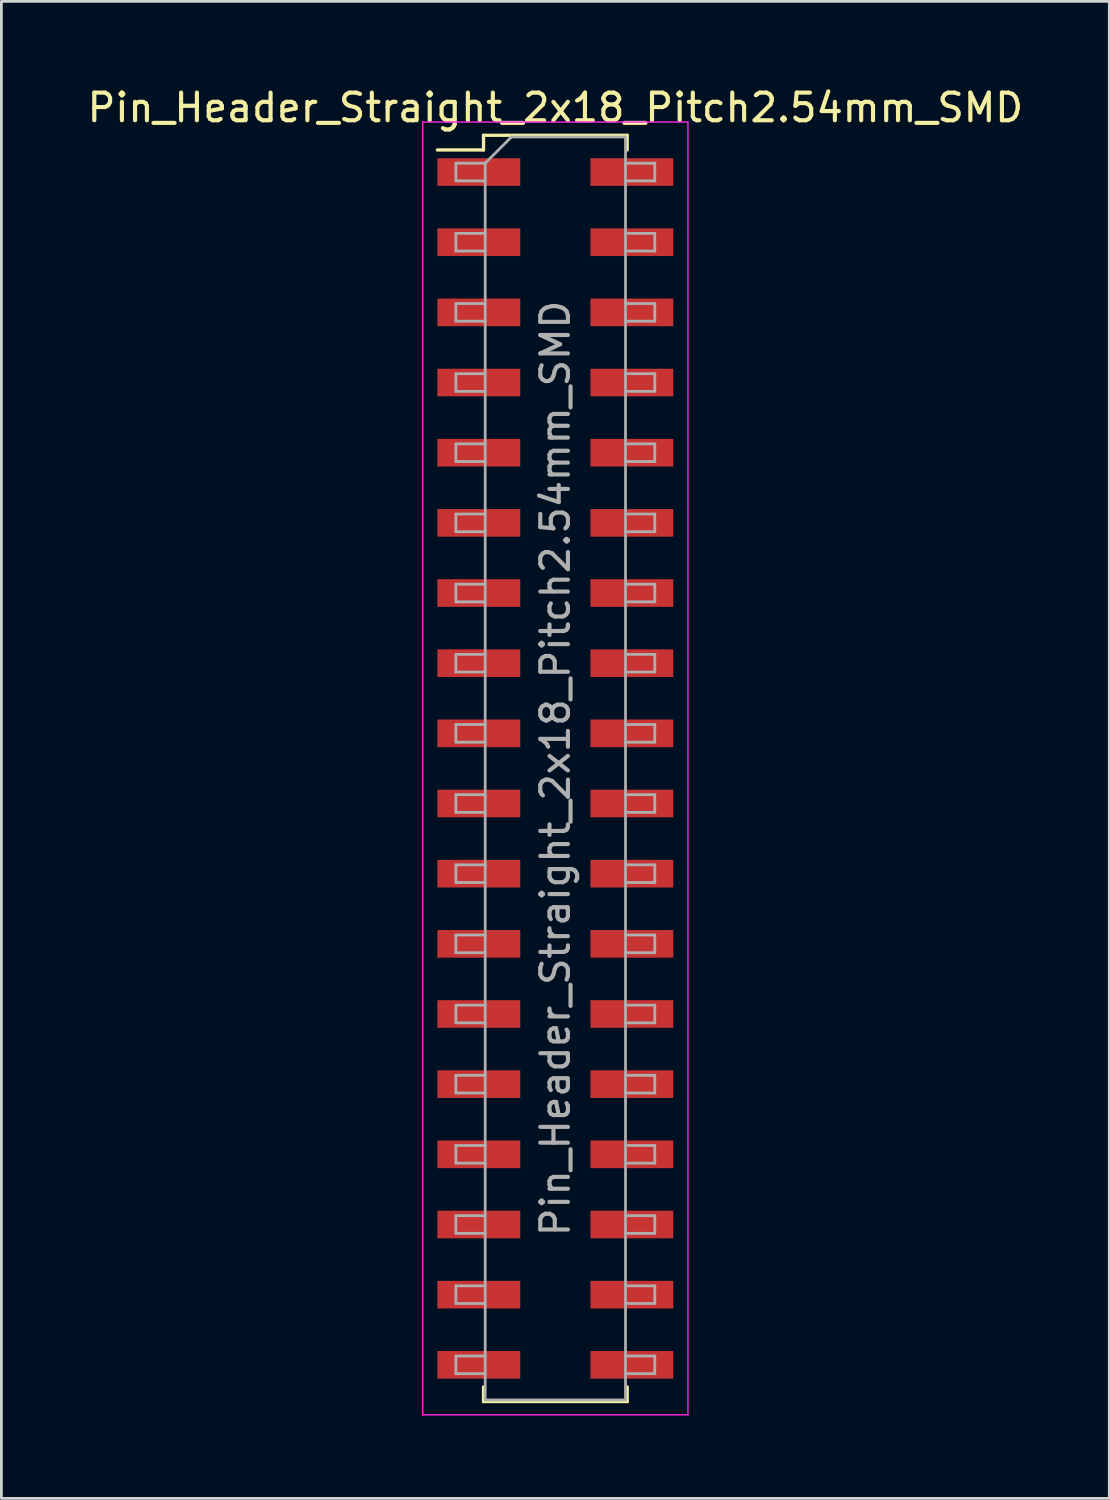
<source format=kicad_pcb>
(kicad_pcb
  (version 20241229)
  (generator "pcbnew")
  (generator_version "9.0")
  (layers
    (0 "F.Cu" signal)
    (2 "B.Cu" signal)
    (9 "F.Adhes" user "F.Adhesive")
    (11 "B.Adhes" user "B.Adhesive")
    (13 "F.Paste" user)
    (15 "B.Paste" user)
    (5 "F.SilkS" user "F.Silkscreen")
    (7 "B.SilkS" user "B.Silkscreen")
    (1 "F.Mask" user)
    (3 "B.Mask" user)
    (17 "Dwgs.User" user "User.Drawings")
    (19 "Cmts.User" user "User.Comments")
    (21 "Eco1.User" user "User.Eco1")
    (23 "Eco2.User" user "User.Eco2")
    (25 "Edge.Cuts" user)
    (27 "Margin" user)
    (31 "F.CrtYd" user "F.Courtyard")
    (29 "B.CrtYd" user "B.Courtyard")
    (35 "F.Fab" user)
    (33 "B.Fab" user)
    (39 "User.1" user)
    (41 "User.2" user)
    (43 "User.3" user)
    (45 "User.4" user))
  (footprint "Pin_Header_Straight_2x18_Pitch2.54mm_SMD"
    (layer "F.Cu")
    (at 17.054 24.768)
    (property "Reference" "Pin_Header_Straight_2x18_Pitch2.54mm_SMD" (at 0 -23.92 0) (layer "F.SilkS") (effects (font (size 1 1) (thickness 0.15))))
    (attr smd)
    (fp_line (start -4.27 -22.39) (end -2.6 -22.39) (stroke (width 0.12) (type solid)) (layer "F.SilkS"))
    (fp_line (start -2.6 -22.92) (end 2.6 -22.92) (stroke (width 0.12) (type solid)) (layer "F.SilkS"))
    (fp_line (start -2.6 -22.39) (end -2.6 -22.92) (stroke (width 0.12) (type solid)) (layer "F.SilkS"))
    (fp_line (start -2.6 22.39) (end -2.6 22.92) (stroke (width 0.12) (type solid)) (layer "F.SilkS"))
    (fp_line (start -2.6 22.92) (end 2.6 22.92) (stroke (width 0.12) (type solid)) (layer "F.SilkS"))
    (fp_line (start 2.6 -22.92) (end 2.6 -22.39) (stroke (width 0.12) (type solid)) (layer "F.SilkS"))
    (fp_line (start 2.6 22.92) (end 2.6 22.39) (stroke (width 0.12) (type solid)) (layer "F.SilkS"))
    (fp_line (start -4.8 -23.4) (end -4.8 23.4) (stroke (width 0.05) (type solid)) (layer "F.CrtYd"))
    (fp_line (start -4.8 23.4) (end 4.8 23.4) (stroke (width 0.05) (type solid)) (layer "F.CrtYd"))
    (fp_line (start 4.8 -23.4) (end -4.8 -23.4) (stroke (width 0.05) (type solid)) (layer "F.CrtYd"))
    (fp_line (start 4.8 23.4) (end 4.8 -23.4) (stroke (width 0.05) (type solid)) (layer "F.CrtYd"))
    (fp_line (start -3.6 -21.91) (end -3.6 -21.27) (stroke (width 0.1) (type solid)) (layer "F.Fab"))
    (fp_line (start -3.6 -21.27) (end -2.54 -21.27) (stroke (width 0.1) (type solid)) (layer "F.Fab"))
    (fp_line (start -3.6 -19.37) (end -3.6 -18.73) (stroke (width 0.1) (type solid)) (layer "F.Fab"))
    (fp_line (start -3.6 -18.73) (end -2.54 -18.73) (stroke (width 0.1) (type solid)) (layer "F.Fab"))
    (fp_line (start -3.6 -16.83) (end -3.6 -16.19) (stroke (width 0.1) (type solid)) (layer "F.Fab"))
    (fp_line (start -3.6 -16.19) (end -2.54 -16.19) (stroke (width 0.1) (type solid)) (layer "F.Fab"))
    (fp_line (start -3.6 -14.29) (end -3.6 -13.65) (stroke (width 0.1) (type solid)) (layer "F.Fab"))
    (fp_line (start -3.6 -13.65) (end -2.54 -13.65) (stroke (width 0.1) (type solid)) (layer "F.Fab"))
    (fp_line (start -3.6 -11.75) (end -3.6 -11.11) (stroke (width 0.1) (type solid)) (layer "F.Fab"))
    (fp_line (start -3.6 -11.11) (end -2.54 -11.11) (stroke (width 0.1) (type solid)) (layer "F.Fab"))
    (fp_line (start -3.6 -9.21) (end -3.6 -8.57) (stroke (width 0.1) (type solid)) (layer "F.Fab"))
    (fp_line (start -3.6 -8.57) (end -2.54 -8.57) (stroke (width 0.1) (type solid)) (layer "F.Fab"))
    (fp_line (start -3.6 -6.67) (end -3.6 -6.03) (stroke (width 0.1) (type solid)) (layer "F.Fab"))
    (fp_line (start -3.6 -6.03) (end -2.54 -6.03) (stroke (width 0.1) (type solid)) (layer "F.Fab"))
    (fp_line (start -3.6 -4.13) (end -3.6 -3.49) (stroke (width 0.1) (type solid)) (layer "F.Fab"))
    (fp_line (start -3.6 -3.49) (end -2.54 -3.49) (stroke (width 0.1) (type solid)) (layer "F.Fab"))
    (fp_line (start -3.6 -1.59) (end -3.6 -0.95) (stroke (width 0.1) (type solid)) (layer "F.Fab"))
    (fp_line (start -3.6 -0.95) (end -2.54 -0.95) (stroke (width 0.1) (type solid)) (layer "F.Fab"))
    (fp_line (start -3.6 0.95) (end -3.6 1.59) (stroke (width 0.1) (type solid)) (layer "F.Fab"))
    (fp_line (start -3.6 1.59) (end -2.54 1.59) (stroke (width 0.1) (type solid)) (layer "F.Fab"))
    (fp_line (start -3.6 3.49) (end -3.6 4.13) (stroke (width 0.1) (type solid)) (layer "F.Fab"))
    (fp_line (start -3.6 4.13) (end -2.54 4.13) (stroke (width 0.1) (type solid)) (layer "F.Fab"))
    (fp_line (start -3.6 6.03) (end -3.6 6.67) (stroke (width 0.1) (type solid)) (layer "F.Fab"))
    (fp_line (start -3.6 6.67) (end -2.54 6.67) (stroke (width 0.1) (type solid)) (layer "F.Fab"))
    (fp_line (start -3.6 8.57) (end -3.6 9.21) (stroke (width 0.1) (type solid)) (layer "F.Fab"))
    (fp_line (start -3.6 9.21) (end -2.54 9.21) (stroke (width 0.1) (type solid)) (layer "F.Fab"))
    (fp_line (start -3.6 11.11) (end -3.6 11.75) (stroke (width 0.1) (type solid)) (layer "F.Fab"))
    (fp_line (start -3.6 11.75) (end -2.54 11.75) (stroke (width 0.1) (type solid)) (layer "F.Fab"))
    (fp_line (start -3.6 13.65) (end -3.6 14.29) (stroke (width 0.1) (type solid)) (layer "F.Fab"))
    (fp_line (start -3.6 14.29) (end -2.54 14.29) (stroke (width 0.1) (type solid)) (layer "F.Fab"))
    (fp_line (start -3.6 16.19) (end -3.6 16.83) (stroke (width 0.1) (type solid)) (layer "F.Fab"))
    (fp_line (start -3.6 16.83) (end -2.54 16.83) (stroke (width 0.1) (type solid)) (layer "F.Fab"))
    (fp_line (start -3.6 18.73) (end -3.6 19.37) (stroke (width 0.1) (type solid)) (layer "F.Fab"))
    (fp_line (start -3.6 19.37) (end -2.54 19.37) (stroke (width 0.1) (type solid)) (layer "F.Fab"))
    (fp_line (start -3.6 21.27) (end -3.6 21.91) (stroke (width 0.1) (type solid)) (layer "F.Fab"))
    (fp_line (start -3.6 21.91) (end -2.54 21.91) (stroke (width 0.1) (type solid)) (layer "F.Fab"))
    (fp_line (start -2.54 -21.91) (end -3.6 -21.91) (stroke (width 0.1) (type solid)) (layer "F.Fab"))
    (fp_line (start -2.54 -21.91) (end -1.59 -22.86) (stroke (width 0.1) (type solid)) (layer "F.Fab"))
    (fp_line (start -2.54 -19.37) (end -3.6 -19.37) (stroke (width 0.1) (type solid)) (layer "F.Fab"))
    (fp_line (start -2.54 -16.83) (end -3.6 -16.83) (stroke (width 0.1) (type solid)) (layer "F.Fab"))
    (fp_line (start -2.54 -14.29) (end -3.6 -14.29) (stroke (width 0.1) (type solid)) (layer "F.Fab"))
    (fp_line (start -2.54 -11.75) (end -3.6 -11.75) (stroke (width 0.1) (type solid)) (layer "F.Fab"))
    (fp_line (start -2.54 -9.21) (end -3.6 -9.21) (stroke (width 0.1) (type solid)) (layer "F.Fab"))
    (fp_line (start -2.54 -6.67) (end -3.6 -6.67) (stroke (width 0.1) (type solid)) (layer "F.Fab"))
    (fp_line (start -2.54 -4.13) (end -3.6 -4.13) (stroke (width 0.1) (type solid)) (layer "F.Fab"))
    (fp_line (start -2.54 -1.59) (end -3.6 -1.59) (stroke (width 0.1) (type solid)) (layer "F.Fab"))
    (fp_line (start -2.54 0.95) (end -3.6 0.95) (stroke (width 0.1) (type solid)) (layer "F.Fab"))
    (fp_line (start -2.54 3.49) (end -3.6 3.49) (stroke (width 0.1) (type solid)) (layer "F.Fab"))
    (fp_line (start -2.54 6.03) (end -3.6 6.03) (stroke (width 0.1) (type solid)) (layer "F.Fab"))
    (fp_line (start -2.54 8.57) (end -3.6 8.57) (stroke (width 0.1) (type solid)) (layer "F.Fab"))
    (fp_line (start -2.54 11.11) (end -3.6 11.11) (stroke (width 0.1) (type solid)) (layer "F.Fab"))
    (fp_line (start -2.54 13.65) (end -3.6 13.65) (stroke (width 0.1) (type solid)) (layer "F.Fab"))
    (fp_line (start -2.54 16.19) (end -3.6 16.19) (stroke (width 0.1) (type solid)) (layer "F.Fab"))
    (fp_line (start -2.54 18.73) (end -3.6 18.73) (stroke (width 0.1) (type solid)) (layer "F.Fab"))
    (fp_line (start -2.54 21.27) (end -3.6 21.27) (stroke (width 0.1) (type solid)) (layer "F.Fab"))
    (fp_line (start -2.54 22.86) (end -2.54 -21.91) (stroke (width 0.1) (type solid)) (layer "F.Fab"))
    (fp_line (start -1.59 -22.86) (end 2.54 -22.86) (stroke (width 0.1) (type solid)) (layer "F.Fab"))
    (fp_line (start 2.54 -22.86) (end 2.54 22.86) (stroke (width 0.1) (type solid)) (layer "F.Fab"))
    (fp_line (start 2.54 -21.91) (end 3.6 -21.91) (stroke (width 0.1) (type solid)) (layer "F.Fab"))
    (fp_line (start 2.54 -19.37) (end 3.6 -19.37) (stroke (width 0.1) (type solid)) (layer "F.Fab"))
    (fp_line (start 2.54 -16.83) (end 3.6 -16.83) (stroke (width 0.1) (type solid)) (layer "F.Fab"))
    (fp_line (start 2.54 -14.29) (end 3.6 -14.29) (stroke (width 0.1) (type solid)) (layer "F.Fab"))
    (fp_line (start 2.54 -11.75) (end 3.6 -11.75) (stroke (width 0.1) (type solid)) (layer "F.Fab"))
    (fp_line (start 2.54 -9.21) (end 3.6 -9.21) (stroke (width 0.1) (type solid)) (layer "F.Fab"))
    (fp_line (start 2.54 -6.67) (end 3.6 -6.67) (stroke (width 0.1) (type solid)) (layer "F.Fab"))
    (fp_line (start 2.54 -4.13) (end 3.6 -4.13) (stroke (width 0.1) (type solid)) (layer "F.Fab"))
    (fp_line (start 2.54 -1.59) (end 3.6 -1.59) (stroke (width 0.1) (type solid)) (layer "F.Fab"))
    (fp_line (start 2.54 0.95) (end 3.6 0.95) (stroke (width 0.1) (type solid)) (layer "F.Fab"))
    (fp_line (start 2.54 3.49) (end 3.6 3.49) (stroke (width 0.1) (type solid)) (layer "F.Fab"))
    (fp_line (start 2.54 6.03) (end 3.6 6.03) (stroke (width 0.1) (type solid)) (layer "F.Fab"))
    (fp_line (start 2.54 8.57) (end 3.6 8.57) (stroke (width 0.1) (type solid)) (layer "F.Fab"))
    (fp_line (start 2.54 11.11) (end 3.6 11.11) (stroke (width 0.1) (type solid)) (layer "F.Fab"))
    (fp_line (start 2.54 13.65) (end 3.6 13.65) (stroke (width 0.1) (type solid)) (layer "F.Fab"))
    (fp_line (start 2.54 16.19) (end 3.6 16.19) (stroke (width 0.1) (type solid)) (layer "F.Fab"))
    (fp_line (start 2.54 18.73) (end 3.6 18.73) (stroke (width 0.1) (type solid)) (layer "F.Fab"))
    (fp_line (start 2.54 21.27) (end 3.6 21.27) (stroke (width 0.1) (type solid)) (layer "F.Fab"))
    (fp_line (start 2.54 22.86) (end -2.54 22.86) (stroke (width 0.1) (type solid)) (layer "F.Fab"))
    (fp_line (start 3.6 -21.91) (end 3.6 -21.27) (stroke (width 0.1) (type solid)) (layer "F.Fab"))
    (fp_line (start 3.6 -21.27) (end 2.54 -21.27) (stroke (width 0.1) (type solid)) (layer "F.Fab"))
    (fp_line (start 3.6 -19.37) (end 3.6 -18.73) (stroke (width 0.1) (type solid)) (layer "F.Fab"))
    (fp_line (start 3.6 -18.73) (end 2.54 -18.73) (stroke (width 0.1) (type solid)) (layer "F.Fab"))
    (fp_line (start 3.6 -16.83) (end 3.6 -16.19) (stroke (width 0.1) (type solid)) (layer "F.Fab"))
    (fp_line (start 3.6 -16.19) (end 2.54 -16.19) (stroke (width 0.1) (type solid)) (layer "F.Fab"))
    (fp_line (start 3.6 -14.29) (end 3.6 -13.65) (stroke (width 0.1) (type solid)) (layer "F.Fab"))
    (fp_line (start 3.6 -13.65) (end 2.54 -13.65) (stroke (width 0.1) (type solid)) (layer "F.Fab"))
    (fp_line (start 3.6 -11.75) (end 3.6 -11.11) (stroke (width 0.1) (type solid)) (layer "F.Fab"))
    (fp_line (start 3.6 -11.11) (end 2.54 -11.11) (stroke (width 0.1) (type solid)) (layer "F.Fab"))
    (fp_line (start 3.6 -9.21) (end 3.6 -8.57) (stroke (width 0.1) (type solid)) (layer "F.Fab"))
    (fp_line (start 3.6 -8.57) (end 2.54 -8.57) (stroke (width 0.1) (type solid)) (layer "F.Fab"))
    (fp_line (start 3.6 -6.67) (end 3.6 -6.03) (stroke (width 0.1) (type solid)) (layer "F.Fab"))
    (fp_line (start 3.6 -6.03) (end 2.54 -6.03) (stroke (width 0.1) (type solid)) (layer "F.Fab"))
    (fp_line (start 3.6 -4.13) (end 3.6 -3.49) (stroke (width 0.1) (type solid)) (layer "F.Fab"))
    (fp_line (start 3.6 -3.49) (end 2.54 -3.49) (stroke (width 0.1) (type solid)) (layer "F.Fab"))
    (fp_line (start 3.6 -1.59) (end 3.6 -0.95) (stroke (width 0.1) (type solid)) (layer "F.Fab"))
    (fp_line (start 3.6 -0.95) (end 2.54 -0.95) (stroke (width 0.1) (type solid)) (layer "F.Fab"))
    (fp_line (start 3.6 0.95) (end 3.6 1.59) (stroke (width 0.1) (type solid)) (layer "F.Fab"))
    (fp_line (start 3.6 1.59) (end 2.54 1.59) (stroke (width 0.1) (type solid)) (layer "F.Fab"))
    (fp_line (start 3.6 3.49) (end 3.6 4.13) (stroke (width 0.1) (type solid)) (layer "F.Fab"))
    (fp_line (start 3.6 4.13) (end 2.54 4.13) (stroke (width 0.1) (type solid)) (layer "F.Fab"))
    (fp_line (start 3.6 6.03) (end 3.6 6.67) (stroke (width 0.1) (type solid)) (layer "F.Fab"))
    (fp_line (start 3.6 6.67) (end 2.54 6.67) (stroke (width 0.1) (type solid)) (layer "F.Fab"))
    (fp_line (start 3.6 8.57) (end 3.6 9.21) (stroke (width 0.1) (type solid)) (layer "F.Fab"))
    (fp_line (start 3.6 9.21) (end 2.54 9.21) (stroke (width 0.1) (type solid)) (layer "F.Fab"))
    (fp_line (start 3.6 11.11) (end 3.6 11.75) (stroke (width 0.1) (type solid)) (layer "F.Fab"))
    (fp_line (start 3.6 11.75) (end 2.54 11.75) (stroke (width 0.1) (type solid)) (layer "F.Fab"))
    (fp_line (start 3.6 13.65) (end 3.6 14.29) (stroke (width 0.1) (type solid)) (layer "F.Fab"))
    (fp_line (start 3.6 14.29) (end 2.54 14.29) (stroke (width 0.1) (type solid)) (layer "F.Fab"))
    (fp_line (start 3.6 16.19) (end 3.6 16.83) (stroke (width 0.1) (type solid)) (layer "F.Fab"))
    (fp_line (start 3.6 16.83) (end 2.54 16.83) (stroke (width 0.1) (type solid)) (layer "F.Fab"))
    (fp_line (start 3.6 18.73) (end 3.6 19.37) (stroke (width 0.1) (type solid)) (layer "F.Fab"))
    (fp_line (start 3.6 19.37) (end 2.54 19.37) (stroke (width 0.1) (type solid)) (layer "F.Fab"))
    (fp_line (start 3.6 21.27) (end 3.6 21.91) (stroke (width 0.1) (type solid)) (layer "F.Fab"))
    (fp_line (start 3.6 21.91) (end 2.54 21.91) (stroke (width 0.1) (type solid)) (layer "F.Fab"))
    (fp_text user "${REFERENCE}" (at 0 0 90) (layer "F.Fab") (effects (font (size 1 1) (thickness 0.15))))
    (pad "1" smd rect (at -2.77 -21.59) (size 3 1) (layers "F.Cu" "F.Mask" "F.Paste"))
    (pad "2" smd rect (at 2.77 -21.59) (size 3 1) (layers "F.Cu" "F.Mask" "F.Paste"))
    (pad "3" smd rect (at -2.77 -19.05) (size 3 1) (layers "F.Cu" "F.Mask" "F.Paste"))
    (pad "4" smd rect (at 2.77 -19.05) (size 3 1) (layers "F.Cu" "F.Mask" "F.Paste"))
    (pad "5" smd rect (at -2.77 -16.51) (size 3 1) (layers "F.Cu" "F.Mask" "F.Paste"))
    (pad "6" smd rect (at 2.77 -16.51) (size 3 1) (layers "F.Cu" "F.Mask" "F.Paste"))
    (pad "7" smd rect (at -2.77 -13.97) (size 3 1) (layers "F.Cu" "F.Mask" "F.Paste"))
    (pad "8" smd rect (at 2.77 -13.97) (size 3 1) (layers "F.Cu" "F.Mask" "F.Paste"))
    (pad "9" smd rect (at -2.77 -11.43) (size 3 1) (layers "F.Cu" "F.Mask" "F.Paste"))
    (pad "10" smd rect (at 2.77 -11.43) (size 3 1) (layers "F.Cu" "F.Mask" "F.Paste"))
    (pad "11" smd rect (at -2.77 -8.89) (size 3 1) (layers "F.Cu" "F.Mask" "F.Paste"))
    (pad "12" smd rect (at 2.77 -8.89) (size 3 1) (layers "F.Cu" "F.Mask" "F.Paste"))
    (pad "13" smd rect (at -2.77 -6.35) (size 3 1) (layers "F.Cu" "F.Mask" "F.Paste"))
    (pad "14" smd rect (at 2.77 -6.35) (size 3 1) (layers "F.Cu" "F.Mask" "F.Paste"))
    (pad "15" smd rect (at -2.77 -3.81) (size 3 1) (layers "F.Cu" "F.Mask" "F.Paste"))
    (pad "16" smd rect (at 2.77 -3.81) (size 3 1) (layers "F.Cu" "F.Mask" "F.Paste"))
    (pad "17" smd rect (at -2.77 -1.27) (size 3 1) (layers "F.Cu" "F.Mask" "F.Paste"))
    (pad "18" smd rect (at 2.77 -1.27) (size 3 1) (layers "F.Cu" "F.Mask" "F.Paste"))
    (pad "19" smd rect (at -2.77 1.27) (size 3 1) (layers "F.Cu" "F.Mask" "F.Paste"))
    (pad "20" smd rect (at 2.77 1.27) (size 3 1) (layers "F.Cu" "F.Mask" "F.Paste"))
    (pad "21" smd rect (at -2.77 3.81) (size 3 1) (layers "F.Cu" "F.Mask" "F.Paste"))
    (pad "22" smd rect (at 2.77 3.81) (size 3 1) (layers "F.Cu" "F.Mask" "F.Paste"))
    (pad "23" smd rect (at -2.77 6.35) (size 3 1) (layers "F.Cu" "F.Mask" "F.Paste"))
    (pad "24" smd rect (at 2.77 6.35) (size 3 1) (layers "F.Cu" "F.Mask" "F.Paste"))
    (pad "25" smd rect (at -2.77 8.89) (size 3 1) (layers "F.Cu" "F.Mask" "F.Paste"))
    (pad "26" smd rect (at 2.77 8.89) (size 3 1) (layers "F.Cu" "F.Mask" "F.Paste"))
    (pad "27" smd rect (at -2.77 11.43) (size 3 1) (layers "F.Cu" "F.Mask" "F.Paste"))
    (pad "28" smd rect (at 2.77 11.43) (size 3 1) (layers "F.Cu" "F.Mask" "F.Paste"))
    (pad "29" smd rect (at -2.77 13.97) (size 3 1) (layers "F.Cu" "F.Mask" "F.Paste"))
    (pad "30" smd rect (at 2.77 13.97) (size 3 1) (layers "F.Cu" "F.Mask" "F.Paste"))
    (pad "31" smd rect (at -2.77 16.51) (size 3 1) (layers "F.Cu" "F.Mask" "F.Paste"))
    (pad "32" smd rect (at 2.77 16.51) (size 3 1) (layers "F.Cu" "F.Mask" "F.Paste"))
    (pad "33" smd rect (at -2.77 19.05) (size 3 1) (layers "F.Cu" "F.Mask" "F.Paste"))
    (pad "34" smd rect (at 2.77 19.05) (size 3 1) (layers "F.Cu" "F.Mask" "F.Paste"))
    (pad "35" smd rect (at -2.77 21.59) (size 3 1) (layers "F.Cu" "F.Mask" "F.Paste"))
    (pad "36" smd rect (at 2.77 21.59) (size 3 1) (layers "F.Cu" "F.Mask" "F.Paste")))
  (gr_rect
    (start -3 -3)
    (end 37.107 51.193)
    (stroke (width 0.1) (type default))
    (fill no)
    (layer "Edge.Cuts")))
</source>
